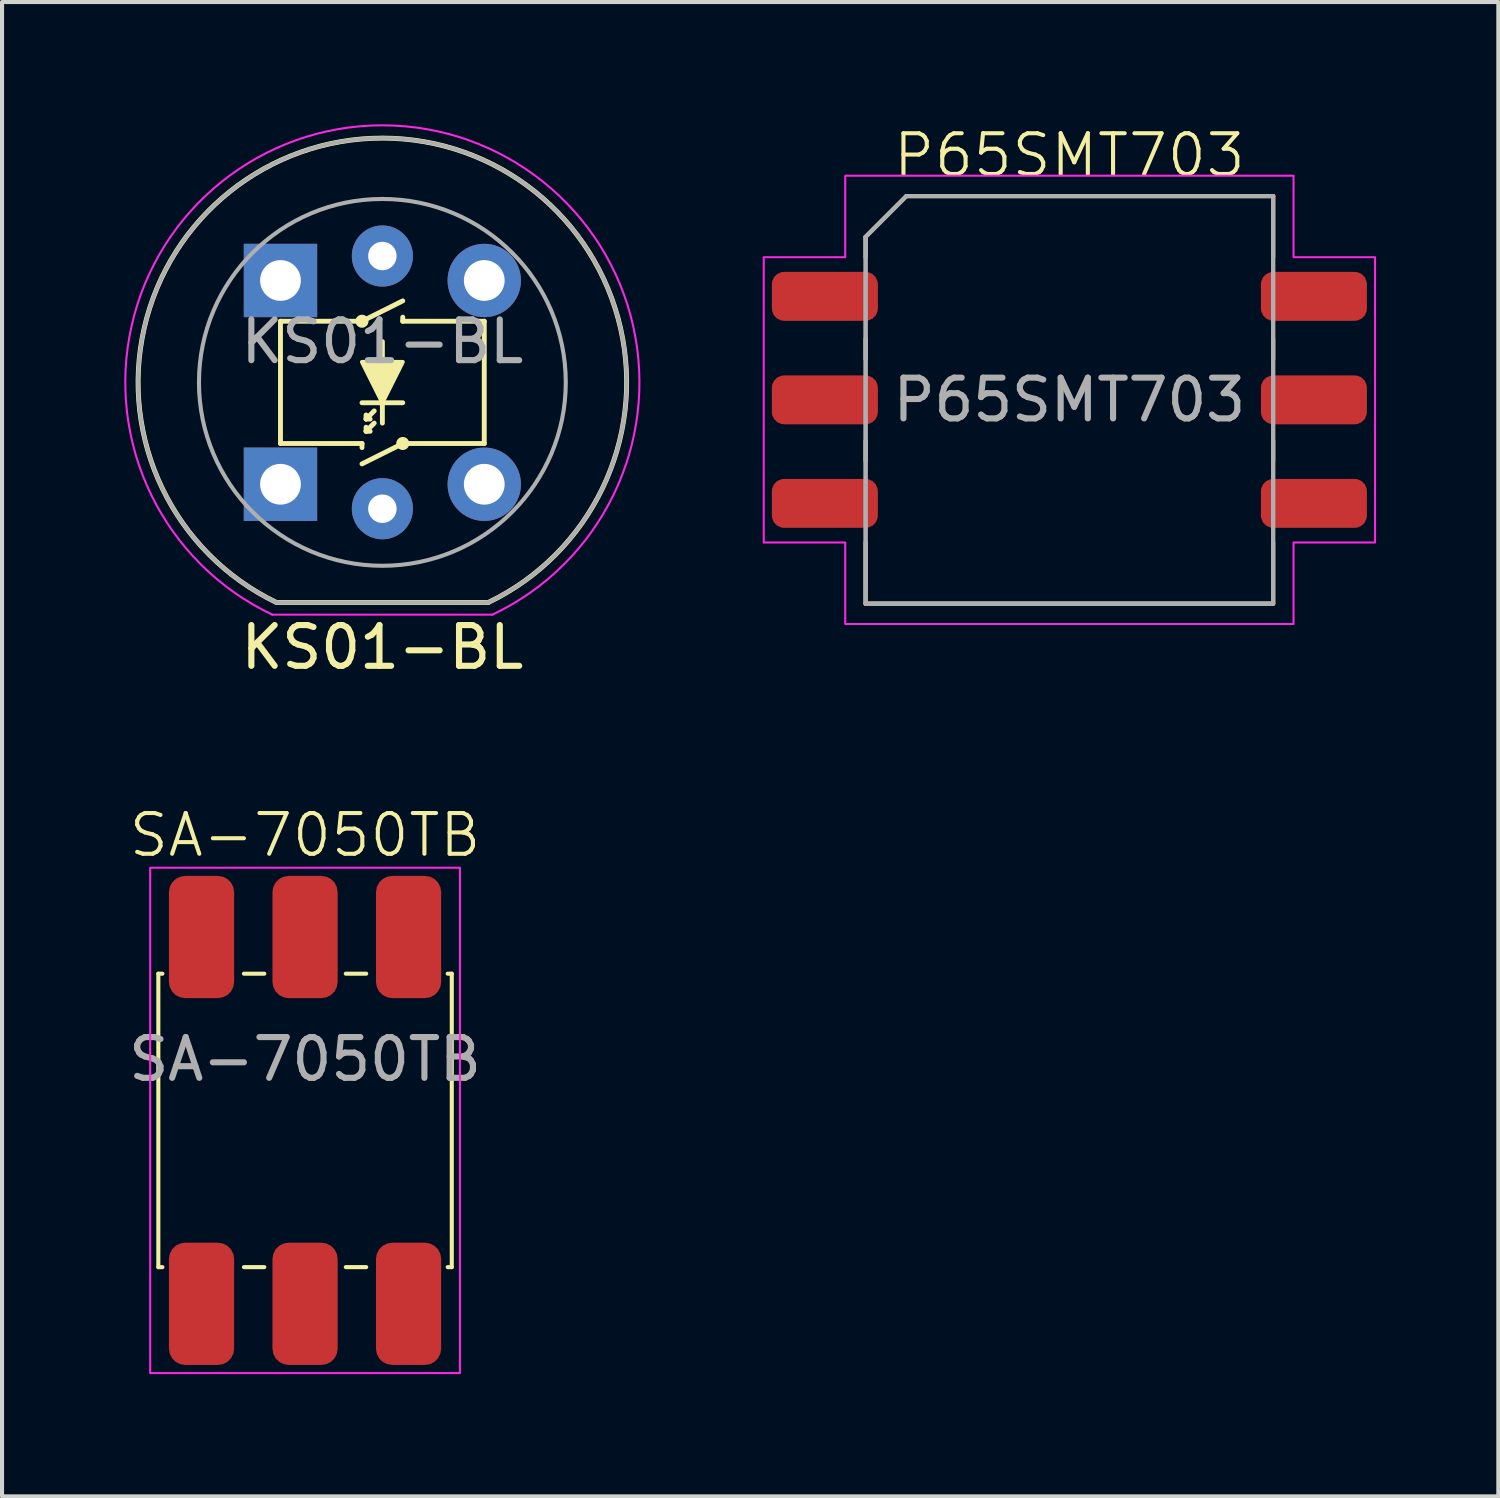
<source format=kicad_pcb>
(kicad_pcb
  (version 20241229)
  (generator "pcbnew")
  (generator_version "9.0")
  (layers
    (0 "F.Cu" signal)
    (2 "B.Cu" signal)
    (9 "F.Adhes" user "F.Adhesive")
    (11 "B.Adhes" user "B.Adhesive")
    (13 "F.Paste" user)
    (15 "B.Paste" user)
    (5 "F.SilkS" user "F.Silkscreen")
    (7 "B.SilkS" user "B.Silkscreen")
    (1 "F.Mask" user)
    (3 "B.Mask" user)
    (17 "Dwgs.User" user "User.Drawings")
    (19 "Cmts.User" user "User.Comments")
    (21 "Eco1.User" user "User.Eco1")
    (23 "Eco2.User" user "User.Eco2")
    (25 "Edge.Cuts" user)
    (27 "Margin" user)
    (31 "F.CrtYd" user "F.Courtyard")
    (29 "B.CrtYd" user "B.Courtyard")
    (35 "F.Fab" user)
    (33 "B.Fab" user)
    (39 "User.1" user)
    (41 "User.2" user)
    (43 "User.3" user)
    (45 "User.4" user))
  (footprint "SA-7050TB"
    (layer "F.Cu")
    (at 4.435 24.441)
    (property "Reference" "SA-7050TB" (at 0 -7 0) (unlocked yes) (layer "F.SilkS") (effects (font (size 1 1) (thickness 0.1))))
    (attr smd)
    (fp_line (start -3.6 -3.6) (end -3.5 -3.6) (stroke (width 0.1) (type default)) (layer "F.SilkS"))
    (fp_line (start -3.6 3.6) (end -3.6 -3.6) (stroke (width 0.1) (type default)) (layer "F.SilkS"))
    (fp_line (start -3.5 3.6) (end -3.6 3.6) (stroke (width 0.1) (type default)) (layer "F.SilkS"))
    (fp_line (start -1.5 -3.6) (end -1 -3.6) (stroke (width 0.1) (type default)) (layer "F.SilkS"))
    (fp_line (start -1 3.6) (end -1.5 3.6) (stroke (width 0.1) (type default)) (layer "F.SilkS"))
    (fp_line (start 1.5 -3.6) (end 1 -3.6) (stroke (width 0.1) (type default)) (layer "F.SilkS"))
    (fp_line (start 1.5 3.6) (end 1 3.6) (stroke (width 0.1) (type default)) (layer "F.SilkS"))
    (fp_line (start 3.5 3.6) (end 3.6 3.6) (stroke (width 0.1) (type default)) (layer "F.SilkS"))
    (fp_line (start 3.6 -3.6) (end 3.5 -3.6) (stroke (width 0.1) (type default)) (layer "F.SilkS"))
    (fp_line (start 3.6 3.6) (end 3.6 -3.6) (stroke (width 0.1) (type default)) (layer "F.SilkS"))
    (fp_rect (start -3.8 -6.2) (end 3.8 6.2) (stroke (width 0.05) (type default)) (fill no) (layer "F.CrtYd"))
    (fp_text user "${REFERENCE}" (at 0 -1.5 0) (unlocked yes) (layer "F.Fab") (effects (font (size 1 1) (thickness 0.15))))
    (pad "1" smd roundrect (at 0 -4.5 90) (size 3 1.6) (layers "F.Cu" "F.Mask" "F.Paste") (roundrect_rratio 0.25))
    (pad "2" smd roundrect (at -2.54 -4.5 90) (size 3 1.6) (layers "F.Cu" "F.Mask" "F.Paste") (roundrect_rratio 0.25))
    (pad "4" smd roundrect (at -2.54 4.5 90) (size 3 1.6) (layers "F.Cu" "F.Mask" "F.Paste") (roundrect_rratio 0.25))
    (pad "8" smd roundrect (at 0 4.5 90) (size 3 1.6) (layers "F.Cu" "F.Mask" "F.Paste") (roundrect_rratio 0.25))
    (pad "C" smd roundrect (at 2.54 -4.5 90) (size 3 1.6) (layers "F.Cu" "F.Mask" "F.Paste") (roundrect_rratio 0.25))
    (pad "C" smd roundrect (at 2.54 4.5 90) (size 3 1.6) (layers "F.Cu" "F.Mask" "F.Paste") (roundrect_rratio 0.25)))
  (footprint "KS01-BL"
    (layer "F.Cu")
    (at 3.832 3.832)
    (property "Reference" "KS01-BL" (at 2.5 9 0) (layer "F.SilkS") (effects (font (size 1 1) (thickness 0.15))))
    (attr through_hole)
    (fp_line (start -0.1 7.9) (end 5.1 7.9) (stroke (width 0.12) (type solid)) (layer "F.SilkS"))
    (fp_line (start 0 1) (end 2 1) (stroke (width 0.12) (type solid)) (layer "F.SilkS"))
    (fp_line (start 0 4) (end 0 1) (stroke (width 0.12) (type solid)) (layer "F.SilkS"))
    (fp_line (start 0 4) (end 2 4) (stroke (width 0.12) (type solid)) (layer "F.SilkS"))
    (fp_line (start 2 1) (end 3 0.5) (stroke (width 0.12) (type solid)) (layer "F.SilkS"))
    (fp_line (start 2 4) (end 2 4.1) (stroke (width 0.12) (type solid)) (layer "F.SilkS"))
    (fp_line (start 2.1 3.4) (end 2.1 3.3) (stroke (width 0.12) (type solid)) (layer "F.SilkS"))
    (fp_line (start 2.1 3.4) (end 2.2 3.4) (stroke (width 0.12) (type solid)) (layer "F.SilkS"))
    (fp_line (start 2.1 3.7) (end 2.1 3.6) (stroke (width 0.12) (type solid)) (layer "F.SilkS"))
    (fp_line (start 2.1 3.7) (end 2.2 3.7) (stroke (width 0.12) (type solid)) (layer "F.SilkS"))
    (fp_line (start 2.3 3.2) (end 2.1 3.4) (stroke (width 0.12) (type solid)) (layer "F.SilkS"))
    (fp_line (start 2.3 3.5) (end 2.1 3.7) (stroke (width 0.12) (type solid)) (layer "F.SilkS"))
    (fp_line (start 2.5 2) (end 2.5 1.5) (stroke (width 0.12) (type solid)) (layer "F.SilkS"))
    (fp_line (start 2.5 3) (end 2.5 3.5) (stroke (width 0.12) (type solid)) (layer "F.SilkS"))
    (fp_line (start 3 1) (end 3 0.9) (stroke (width 0.12) (type solid)) (layer "F.SilkS"))
    (fp_line (start 3 1) (end 5 1) (stroke (width 0.12) (type solid)) (layer "F.SilkS"))
    (fp_line (start 3 3) (end 2 3) (stroke (width 0.12) (type solid)) (layer "F.SilkS"))
    (fp_line (start 3 4) (end 2 4.5) (stroke (width 0.12) (type solid)) (layer "F.SilkS"))
    (fp_line (start 3 4) (end 5 4) (stroke (width 0.12) (type solid)) (layer "F.SilkS"))
    (fp_line (start 5 4) (end 5 1) (stroke (width 0.12) (type solid)) (layer "F.SilkS"))
    (fp_arc (start -0.1 7.899999) (mid 2.5 -3.493329) (end 5.099999 7.899999) (stroke (width 0.12) (type solid)) (layer "F.SilkS"))
    (fp_circle (center 2 1) (end 1.9 1) (stroke (width 0.12) (type solid)) (fill no) (layer "F.SilkS"))
    (fp_circle (center 3 4) (end 3.1 4) (stroke (width 0.12) (type solid)) (fill no) (layer "F.SilkS"))
    (fp_poly (pts (xy 2.5 3) (xy 3 2) (xy 2 2)) (stroke (width 0.1) (type solid)) (fill yes) (layer "F.SilkS"))
    (fp_line (start -0.2 8.2) (end 5.2 8.2) (stroke (width 0.05) (type solid)) (layer "F.CrtYd"))
    (fp_arc (start -0.2 8.2) (mid 2.5 -3.807139) (end 5.2 8.2) (stroke (width 0.05) (type solid)) (layer "F.CrtYd"))
    (fp_line (start -0.1 7.9) (end 5.1 7.9) (stroke (width 0.1) (type solid)) (layer "F.Fab"))
    (fp_arc (start -0.098123 7.900902) (mid 2.498959 -3.493328) (end 5.099999 7.899999) (stroke (width 0.1) (type solid)) (layer "F.Fab"))
    (fp_circle (center 2.5 2.5) (end 7 2.5) (stroke (width 0.1) (type solid)) (fill no) (layer "F.Fab"))
    (fp_text user "${REFERENCE}" (at 2.5 1.5 0) (layer "F.Fab") (effects (font (size 1 1) (thickness 0.15))))
    (pad "1" thru_hole rect (at 0 0) (size 1.8 1.8) (drill 1) (layers "*.Cu" "*.Mask"))
    (pad "1" thru_hole rect (at 0 5) (size 1.8 1.8) (drill 1) (layers "*.Cu" "*.Mask"))
    (pad "2" thru_hole circle (at 5 0) (size 1.8 1.8) (drill 1) (layers "*.Cu" "*.Mask"))
    (pad "2" thru_hole circle (at 5 5) (size 1.8 1.8) (drill 1) (layers "*.Cu" "*.Mask"))
    (pad "3" thru_hole circle (at 2.5 5.6) (size 1.5 1.5) (drill 0.7) (layers "*.Cu" "*.Mask"))
    (pad "4" thru_hole circle (at 2.5 -0.6) (size 1.5 1.5) (drill 0.7) (layers "*.Cu" "*.Mask")))
  (footprint "P65SMT703"
    (layer "F.Cu")
    (at 23.189 6.761)
    (property "Reference" "P65SMT703" (at 0 -6 0) (unlocked yes) (layer "F.SilkS") (effects (font (size 1 1) (thickness 0.1))))
    (attr smd)
    (fp_line (start -5 -4) (end -4 -5) (stroke (width 0.1) (type default)) (layer "F.SilkS"))
    (fp_line (start -5 -3.5) (end -5 -4) (stroke (width 0.1) (type default)) (layer "F.SilkS"))
    (fp_line (start -5 -1) (end -5 -1.5) (stroke (width 0.1) (type default)) (layer "F.SilkS"))
    (fp_line (start -5 1.5) (end -5 1) (stroke (width 0.1) (type default)) (layer "F.SilkS"))
    (fp_line (start -5 5) (end -5 3.5) (stroke (width 0.1) (type default)) (layer "F.SilkS"))
    (fp_line (start -4 -5) (end 5 -5) (stroke (width 0.1) (type default)) (layer "F.SilkS"))
    (fp_line (start 5 -3.5) (end 5 -5) (stroke (width 0.1) (type default)) (layer "F.SilkS"))
    (fp_line (start 5 -1) (end 5 -1.5) (stroke (width 0.1) (type default)) (layer "F.SilkS"))
    (fp_line (start 5 1.5) (end 5 1) (stroke (width 0.1) (type default)) (layer "F.SilkS"))
    (fp_line (start 5 5) (end -5 5) (stroke (width 0.1) (type default)) (layer "F.SilkS"))
    (fp_line (start 5 5) (end 5 3.5) (stroke (width 0.1) (type default)) (layer "F.SilkS"))
    (fp_poly (pts (xy -5.5 -3.5) (xy -5.5 -5.5) (xy 5.5 -5.5) (xy 5.5 -3.5) (xy 7.5 -3.5) (xy 7.5 3.5) (xy 5.5 3.5) (xy 5.5 5.5) (xy -5.5 5.5) (xy -5.5 3.5) (xy -7.5 3.5) (xy -7.5 -3.5)) (stroke (width 0.05) (type solid)) (fill no) (layer "F.CrtYd"))
    (fp_line (start -5 -4) (end -4 -5) (stroke (width 0.1) (type default)) (layer "F.Fab"))
    (fp_line (start -5 -4) (end -4 -5) (stroke (width 0.1) (type default)) (layer "F.Fab"))
    (fp_line (start -5 5) (end -5 -4) (stroke (width 0.1) (type default)) (layer "F.Fab"))
    (fp_line (start -5 5) (end -5 -4) (stroke (width 0.1) (type default)) (layer "F.Fab"))
    (fp_line (start -4 -5) (end 5 -5) (stroke (width 0.1) (type default)) (layer "F.Fab"))
    (fp_line (start -4 -5) (end 5 -5) (stroke (width 0.1) (type default)) (layer "F.Fab"))
    (fp_line (start 5 -5) (end 5 5) (stroke (width 0.1) (type default)) (layer "F.Fab"))
    (fp_line (start 5 -5) (end 5 5) (stroke (width 0.1) (type default)) (layer "F.Fab"))
    (fp_line (start 5 5) (end -5 5) (stroke (width 0.1) (type default)) (layer "F.Fab"))
    (fp_line (start 5 5) (end -5 5) (stroke (width 0.1) (type default)) (layer "F.Fab"))
    (fp_text user "${REFERENCE}" (at 0 0 0) (unlocked yes) (layer "F.Fab") (effects (font (size 1 1) (thickness 0.15))))
    (pad "1" smd roundrect (at -6 -2.54) (size 2.6 1.2) (layers "F.Cu" "F.Mask" "F.Paste") (roundrect_rratio 0.25))
    (pad "2" smd roundrect (at 6 2.54) (size 2.6 1.2) (layers "F.Cu" "F.Mask" "F.Paste") (roundrect_rratio 0.25))
    (pad "4" smd roundrect (at -6 2.54) (size 2.6 1.2) (layers "F.Cu" "F.Mask" "F.Paste") (roundrect_rratio 0.25))
    (pad "8" smd roundrect (at 6 -2.54) (size 2.6 1.2) (layers "F.Cu" "F.Mask" "F.Paste") (roundrect_rratio 0.25))
    (pad "C" smd roundrect (at -6 0) (size 2.6 1.2) (layers "F.Cu" "F.Mask" "F.Paste") (roundrect_rratio 0.25))
    (pad "C" smd roundrect (at 6 0) (size 2.6 1.2) (layers "F.Cu" "F.Mask" "F.Paste") (roundrect_rratio 0.25)))
  (gr_rect
    (start -3 -3)
    (end 33.714 33.666)
    (stroke (width 0.1) (type default))
    (fill no)
    (layer "Edge.Cuts")))
</source>
